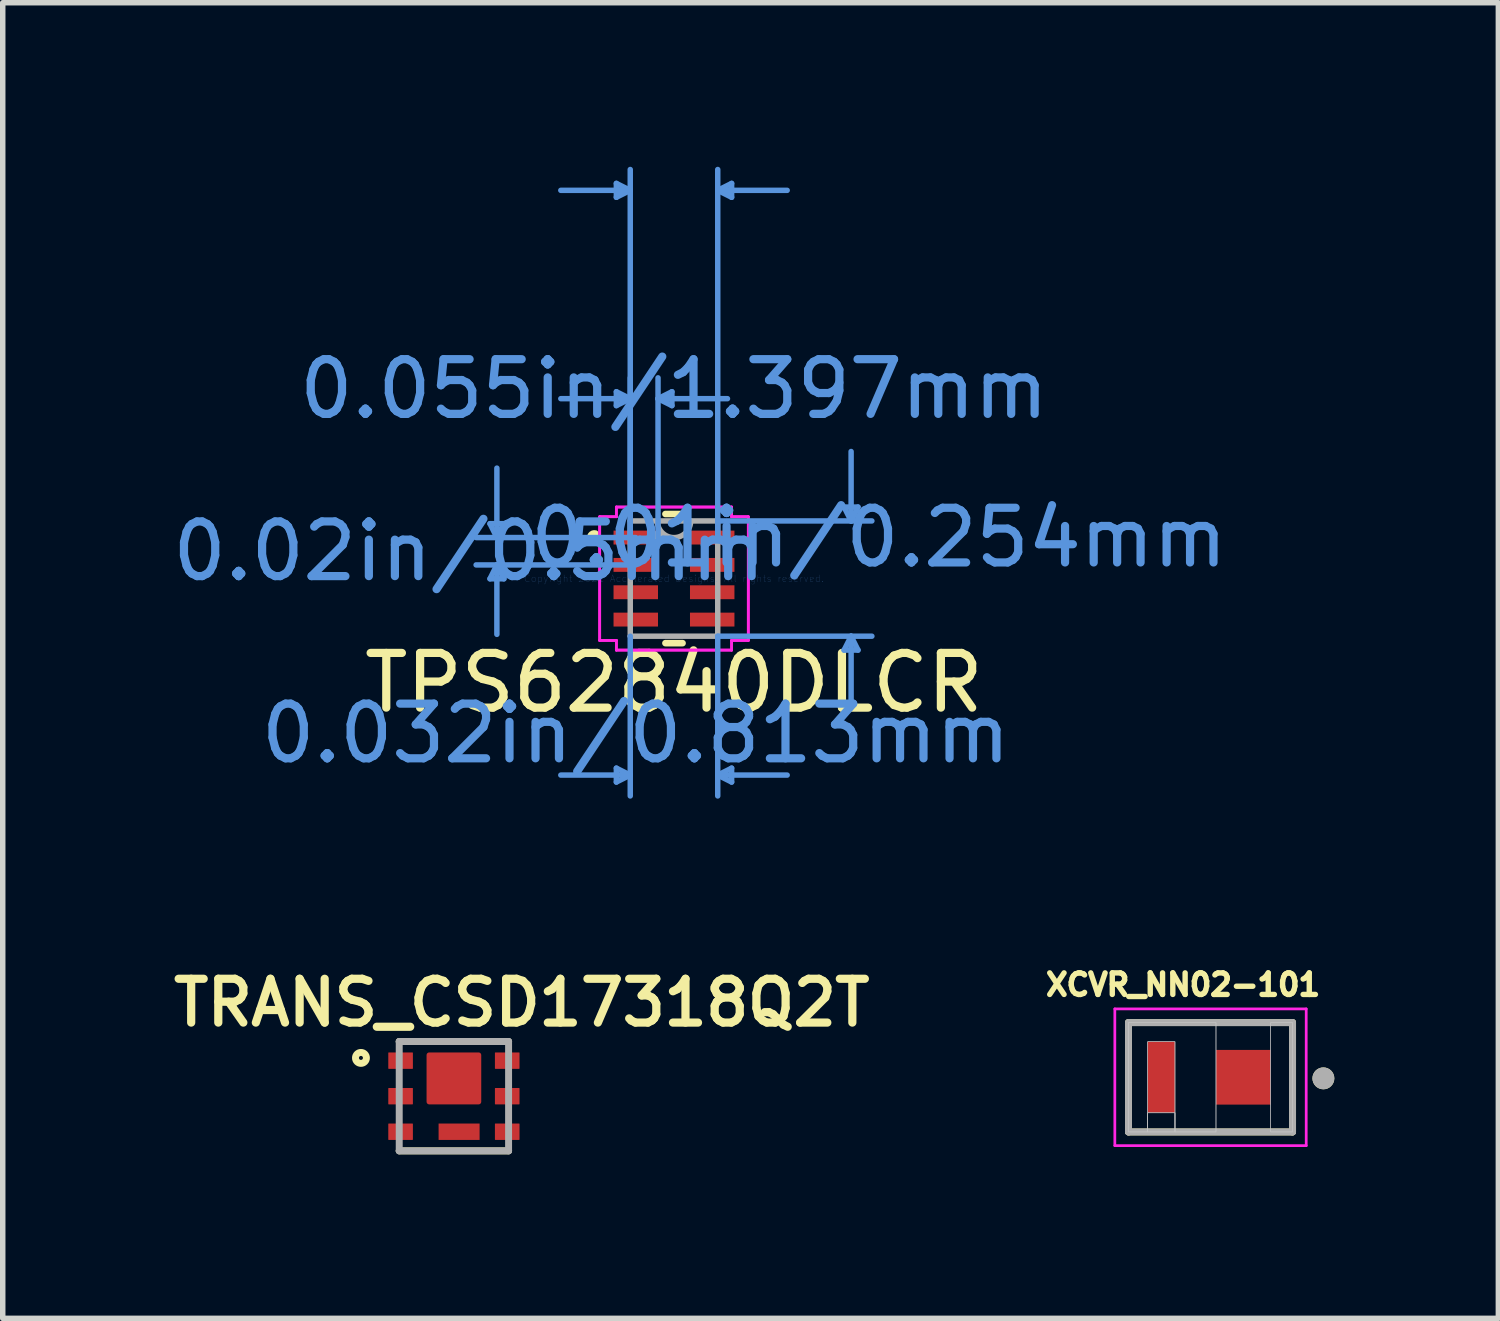
<source format=kicad_pcb>
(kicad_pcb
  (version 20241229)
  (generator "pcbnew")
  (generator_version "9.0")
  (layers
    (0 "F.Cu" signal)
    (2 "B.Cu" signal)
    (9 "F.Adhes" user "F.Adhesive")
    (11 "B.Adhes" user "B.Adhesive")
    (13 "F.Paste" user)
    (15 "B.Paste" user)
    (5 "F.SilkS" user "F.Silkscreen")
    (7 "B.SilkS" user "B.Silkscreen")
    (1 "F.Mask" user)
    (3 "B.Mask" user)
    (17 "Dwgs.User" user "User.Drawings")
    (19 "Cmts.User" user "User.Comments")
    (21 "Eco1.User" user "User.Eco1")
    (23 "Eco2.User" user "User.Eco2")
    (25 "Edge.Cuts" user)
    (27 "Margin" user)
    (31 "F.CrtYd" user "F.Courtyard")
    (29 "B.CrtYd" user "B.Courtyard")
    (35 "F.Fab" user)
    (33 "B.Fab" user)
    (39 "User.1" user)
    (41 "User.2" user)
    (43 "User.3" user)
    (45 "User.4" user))
  (footprint "TRANS_CSD17318Q2T"
    (layer "F.Cu")
    (at 5.251 16.997)
    (property "Reference" "TRANS_CSD17318Q2T" (at 1.241 -1.709 0) (layer "F.SilkS") (effects (font (size 0.801 0.801) (thickness 0.15))))
    (attr through_hole)
    (fp_line (start -1 -1) (end 1 -1) (stroke (width 0.127) (type solid)) (layer "F.SilkS"))
    (fp_line (start -1 1) (end 1 1) (stroke (width 0.127) (type solid)) (layer "F.SilkS"))
    (fp_circle (center -1.7 -0.7) (end -1.6 -0.7) (stroke (width 0.127) (type solid)) (fill no) (layer "F.SilkS"))
    (fp_poly (pts (xy -0.451 -0.755) (xy 0.45 -0.755) (xy 0.45 0.105) (xy -0.451 0.105)) (stroke (width 0.01) (type solid)) (fill yes) (layer "F.Paste"))
    (fp_poly (pts (xy -0.255 0.5) (xy 0.445 0.5) (xy 0.445 0.801) (xy -0.255 0.801)) (stroke (width 0.01) (type solid)) (fill yes) (layer "F.Paste"))
    (fp_line (start -1 -1) (end 1 -1) (stroke (width 0.127) (type solid)) (layer "F.Fab"))
    (fp_line (start -1 1) (end -1 -1) (stroke (width 0.127) (type solid)) (layer "F.Fab"))
    (fp_line (start 1 -1) (end 1 1) (stroke (width 0.127) (type solid)) (layer "F.Fab"))
    (fp_line (start 1 1) (end -1 1) (stroke (width 0.127) (type solid)) (layer "F.Fab"))
    (pad "1" smd roundrect (at -0.975 -0.65) (size 0.45 0.3) (layers "F.Cu" "F.Mask" "F.Paste") (roundrect_rratio 0.03))
    (pad "2" smd roundrect (at -0.975 0) (size 0.45 0.3) (layers "F.Cu" "F.Mask" "F.Paste") (roundrect_rratio 0.03))
    (pad "3" smd roundrect (at -0.975 0.65) (size 0.45 0.3) (layers "F.Cu" "F.Mask" "F.Paste") (roundrect_rratio 0.03))
    (pad "4" smd roundrect (at 0.975 0.65 180) (size 0.45 0.3) (layers "F.Cu" "F.Mask" "F.Paste") (roundrect_rratio 0.03))
    (pad "5" smd roundrect (at 0.975 0 180) (size 0.45 0.3) (layers "F.Cu" "F.Mask" "F.Paste") (roundrect_rratio 0.03))
    (pad "6" smd roundrect (at 0.975 -0.65 180) (size 0.45 0.3) (layers "F.Cu" "F.Mask" "F.Paste") (roundrect_rratio 0.03))
    (pad "7" smd roundrect (at 0.095 0.65) (size 0.75 0.3) (layers "F.Cu" "F.Mask") (roundrect_rratio 0.01))
    (pad "8" smd roundrect (at 0 -0.325) (size 1 0.95) (layers "F.Cu" "F.Mask") (roundrect_rratio 0.05)))
  (footprint "TPS62840DLCR"
    (layer "F.Cu")
    (at 9.276 7.531)
    (property "Reference" "TPS62840DLCR" (at 0 1.905 0) (layer "F.SilkS") (effects (font (size 1 1) (thickness 0.15))))
    (attr through_hole)
    (fp_line (start -0.157 1.181) (end 0.157 1.181) (stroke (width 0.12) (type solid)) (layer "F.SilkS"))
    (fp_line (start 0.157 -1.181) (end -0.157 -1.181) (stroke (width 0.12) (type solid)) (layer "F.SilkS"))
    (fp_arc (start -1.43764 -0.676171) (mid -1.5327 -0.75) (end -1.43764 -0.823829) (stroke (width 0.12) (type solid)) (layer "F.SilkS"))
    (fp_line (start -3.365 -1.004) (end -3.111 -1.004) (stroke (width 0.1) (type solid)) (layer "Cmts.User"))
    (fp_line (start -3.365 0.004) (end -3.111 0.004) (stroke (width 0.1) (type solid)) (layer "Cmts.User"))
    (fp_line (start -3.239 -0.75) (end -3.365 -1.004) (stroke (width 0.1) (type solid)) (layer "Cmts.User"))
    (fp_line (start -3.239 -0.75) (end -3.239 -2.02) (stroke (width 0.1) (type solid)) (layer "Cmts.User"))
    (fp_line (start -3.239 -0.75) (end -3.111 -1.004) (stroke (width 0.1) (type solid)) (layer "Cmts.User"))
    (fp_line (start -3.239 -0.25) (end -3.365 0.004) (stroke (width 0.1) (type solid)) (layer "Cmts.User"))
    (fp_line (start -3.239 -0.25) (end -3.239 1.02) (stroke (width 0.1) (type solid)) (layer "Cmts.User"))
    (fp_line (start -3.239 -0.25) (end -3.111 0.004) (stroke (width 0.1) (type solid)) (layer "Cmts.User"))
    (fp_line (start -1.054 -7.227) (end -1.054 -6.973) (stroke (width 0.1) (type solid)) (layer "Cmts.User"))
    (fp_line (start -1.054 -3.417) (end -1.054 -3.163) (stroke (width 0.1) (type solid)) (layer "Cmts.User"))
    (fp_line (start -1.054 3.467) (end -1.054 3.721) (stroke (width 0.1) (type solid)) (layer "Cmts.User"))
    (fp_line (start -0.8 -7.1) (end -2.07 -7.1) (stroke (width 0.1) (type solid)) (layer "Cmts.User"))
    (fp_line (start -0.8 -7.1) (end -1.054 -7.227) (stroke (width 0.1) (type solid)) (layer "Cmts.User"))
    (fp_line (start -0.8 -7.1) (end -1.054 -6.973) (stroke (width 0.1) (type solid)) (layer "Cmts.User"))
    (fp_line (start -0.8 -3.29) (end -2.07 -3.29) (stroke (width 0.1) (type solid)) (layer "Cmts.User"))
    (fp_line (start -0.8 -3.29) (end -1.054 -3.417) (stroke (width 0.1) (type solid)) (layer "Cmts.User"))
    (fp_line (start -0.8 -3.29) (end -1.054 -3.163) (stroke (width 0.1) (type solid)) (layer "Cmts.User"))
    (fp_line (start -0.8 -0.75) (end -0.8 -7.481) (stroke (width 0.1) (type solid)) (layer "Cmts.User"))
    (fp_line (start -0.8 -0.75) (end -0.8 -3.671) (stroke (width 0.1) (type solid)) (layer "Cmts.User"))
    (fp_line (start -0.8 1.054) (end -0.8 3.975) (stroke (width 0.1) (type solid)) (layer "Cmts.User"))
    (fp_line (start -0.8 3.594) (end -2.07 3.594) (stroke (width 0.1) (type solid)) (layer "Cmts.User"))
    (fp_line (start -0.8 3.594) (end -1.054 3.467) (stroke (width 0.1) (type solid)) (layer "Cmts.User"))
    (fp_line (start -0.8 3.594) (end -1.054 3.721) (stroke (width 0.1) (type solid)) (layer "Cmts.User"))
    (fp_line (start -0.699 -0.75) (end -3.619 -0.75) (stroke (width 0.1) (type solid)) (layer "Cmts.User"))
    (fp_line (start -0.699 -0.25) (end -3.619 -0.25) (stroke (width 0.1) (type solid)) (layer "Cmts.User"))
    (fp_line (start -0.292 -3.29) (end -0.038 -3.417) (stroke (width 0.1) (type solid)) (layer "Cmts.User"))
    (fp_line (start -0.292 -3.29) (end -0.038 -3.163) (stroke (width 0.1) (type solid)) (layer "Cmts.User"))
    (fp_line (start -0.292 -3.29) (end 0.978 -3.29) (stroke (width 0.1) (type solid)) (layer "Cmts.User"))
    (fp_line (start -0.292 -0.75) (end -0.292 -3.671) (stroke (width 0.1) (type solid)) (layer "Cmts.User"))
    (fp_line (start -0.038 -3.417) (end -0.038 -3.163) (stroke (width 0.1) (type solid)) (layer "Cmts.User"))
    (fp_line (start 0.8 -7.1) (end 1.054 -7.227) (stroke (width 0.1) (type solid)) (layer "Cmts.User"))
    (fp_line (start 0.8 -7.1) (end 1.054 -6.973) (stroke (width 0.1) (type solid)) (layer "Cmts.User"))
    (fp_line (start 0.8 -7.1) (end 2.07 -7.1) (stroke (width 0.1) (type solid)) (layer "Cmts.User"))
    (fp_line (start 0.8 -1.054) (end 3.619 -1.054) (stroke (width 0.1) (type solid)) (layer "Cmts.User"))
    (fp_line (start 0.8 -0.75) (end 0.8 -7.481) (stroke (width 0.1) (type solid)) (layer "Cmts.User"))
    (fp_line (start 0.8 1.054) (end 0.8 3.975) (stroke (width 0.1) (type solid)) (layer "Cmts.User"))
    (fp_line (start 0.8 1.054) (end 3.619 1.054) (stroke (width 0.1) (type solid)) (layer "Cmts.User"))
    (fp_line (start 0.8 3.594) (end 1.054 3.467) (stroke (width 0.1) (type solid)) (layer "Cmts.User"))
    (fp_line (start 0.8 3.594) (end 1.054 3.721) (stroke (width 0.1) (type solid)) (layer "Cmts.User"))
    (fp_line (start 0.8 3.594) (end 2.07 3.594) (stroke (width 0.1) (type solid)) (layer "Cmts.User"))
    (fp_line (start 1.054 -7.227) (end 1.054 -6.973) (stroke (width 0.1) (type solid)) (layer "Cmts.User"))
    (fp_line (start 1.054 3.467) (end 1.054 3.721) (stroke (width 0.1) (type solid)) (layer "Cmts.User"))
    (fp_line (start 3.111 -1.308) (end 3.365 -1.308) (stroke (width 0.1) (type solid)) (layer "Cmts.User"))
    (fp_line (start 3.111 1.308) (end 3.365 1.308) (stroke (width 0.1) (type solid)) (layer "Cmts.User"))
    (fp_line (start 3.239 -1.054) (end 3.111 -1.308) (stroke (width 0.1) (type solid)) (layer "Cmts.User"))
    (fp_line (start 3.239 -1.054) (end 3.239 -2.324) (stroke (width 0.1) (type solid)) (layer "Cmts.User"))
    (fp_line (start 3.239 -1.054) (end 3.365 -1.308) (stroke (width 0.1) (type solid)) (layer "Cmts.User"))
    (fp_line (start 3.239 1.054) (end 3.111 1.308) (stroke (width 0.1) (type solid)) (layer "Cmts.User"))
    (fp_line (start 3.239 1.054) (end 3.239 2.324) (stroke (width 0.1) (type solid)) (layer "Cmts.User"))
    (fp_line (start 3.239 1.054) (end 3.365 1.308) (stroke (width 0.1) (type solid)) (layer "Cmts.User"))
    (fp_line (start -1.359 -1.131) (end -1.054 -1.131) (stroke (width 0.05) (type solid)) (layer "F.CrtYd"))
    (fp_line (start -1.359 -1.131) (end -1.054 -1.131) (stroke (width 0.05) (type solid)) (layer "F.CrtYd"))
    (fp_line (start -1.359 1.131) (end -1.359 -1.131) (stroke (width 0.05) (type solid)) (layer "F.CrtYd"))
    (fp_line (start -1.359 1.131) (end -1.359 -1.131) (stroke (width 0.05) (type solid)) (layer "F.CrtYd"))
    (fp_line (start -1.359 1.131) (end -1.054 1.131) (stroke (width 0.05) (type solid)) (layer "F.CrtYd"))
    (fp_line (start -1.054 -1.308) (end 1.054 -1.308) (stroke (width 0.05) (type solid)) (layer "F.CrtYd"))
    (fp_line (start -1.054 -1.308) (end 1.054 -1.308) (stroke (width 0.05) (type solid)) (layer "F.CrtYd"))
    (fp_line (start -1.054 -1.131) (end -1.054 -1.308) (stroke (width 0.05) (type solid)) (layer "F.CrtYd"))
    (fp_line (start -1.054 -1.131) (end -1.054 -1.308) (stroke (width 0.05) (type solid)) (layer "F.CrtYd"))
    (fp_line (start -1.054 1.131) (end -1.359 1.131) (stroke (width 0.05) (type solid)) (layer "F.CrtYd"))
    (fp_line (start -1.054 1.308) (end -1.054 1.131) (stroke (width 0.05) (type solid)) (layer "F.CrtYd"))
    (fp_line (start -1.054 1.308) (end -1.054 1.131) (stroke (width 0.05) (type solid)) (layer "F.CrtYd"))
    (fp_line (start 1.054 -1.308) (end 1.054 -1.131) (stroke (width 0.05) (type solid)) (layer "F.CrtYd"))
    (fp_line (start 1.054 -1.308) (end 1.054 -1.131) (stroke (width 0.05) (type solid)) (layer "F.CrtYd"))
    (fp_line (start 1.054 -1.131) (end 1.359 -1.131) (stroke (width 0.05) (type solid)) (layer "F.CrtYd"))
    (fp_line (start 1.054 1.131) (end 1.054 1.308) (stroke (width 0.05) (type solid)) (layer "F.CrtYd"))
    (fp_line (start 1.054 1.131) (end 1.054 1.308) (stroke (width 0.05) (type solid)) (layer "F.CrtYd"))
    (fp_line (start 1.054 1.308) (end -1.054 1.308) (stroke (width 0.05) (type solid)) (layer "F.CrtYd"))
    (fp_line (start 1.054 1.308) (end -1.054 1.308) (stroke (width 0.05) (type solid)) (layer "F.CrtYd"))
    (fp_line (start 1.359 -1.131) (end 1.054 -1.131) (stroke (width 0.05) (type solid)) (layer "F.CrtYd"))
    (fp_line (start 1.359 -1.131) (end 1.359 1.131) (stroke (width 0.05) (type solid)) (layer "F.CrtYd"))
    (fp_line (start 1.359 -1.131) (end 1.359 1.131) (stroke (width 0.05) (type solid)) (layer "F.CrtYd"))
    (fp_line (start 1.359 1.131) (end 1.054 1.131) (stroke (width 0.05) (type solid)) (layer "F.CrtYd"))
    (fp_line (start 1.359 1.131) (end 1.054 1.131) (stroke (width 0.05) (type solid)) (layer "F.CrtYd"))
    (fp_line (start -0.8 -1.054) (end -0.8 1.054) (stroke (width 0.1) (type solid)) (layer "F.Fab"))
    (fp_line (start -0.8 1.054) (end 0.8 1.054) (stroke (width 0.1) (type solid)) (layer "F.Fab"))
    (fp_line (start 0.8 -1.054) (end -0.8 -1.054) (stroke (width 0.1) (type solid)) (layer "F.Fab"))
    (fp_line (start 0.8 1.054) (end 0.8 -1.054) (stroke (width 0.1) (type solid)) (layer "F.Fab"))
    (fp_arc (start 0.3048 -1.0541) (mid 0 -0.7493) (end -0.3048 -1.0541) (stroke (width 0.1) (type solid)) (layer "F.Fab"))
    (fp_circle (center -0.292 -0.75) (end -0.216 -0.75) (stroke (width 0.1) (type solid)) (fill no) (layer "F.Fab"))
    (fp_text user "Copyright 2021 Accelerated Designs. All rights reserved." (at 0 0 0) (layer "Cmts.User") (effects (font (size 0.127 0.127) (thickness 0.002))))
    (fp_text user "0.032in/0.813mm" (at -0.699 2.832 0) (layer "Cmts.User") (effects (font (size 1 1) (thickness 0.15))))
    (fp_text user "0.02in/0.5mm" (at -3.747 -0.5 0) (layer "Cmts.User") (effects (font (size 1 1) (thickness 0.15))))
    (fp_text user "0.01in/0.254mm" (at 3.747 -0.75 0) (layer "Cmts.User") (effects (font (size 1 1) (thickness 0.15))))
    (fp_text user "0.055in/1.397mm" (at 0 -3.467 0) (layer "Cmts.User") (effects (font (size 1 1) (thickness 0.15))))
    (pad "1" smd rect (at -0.699 -0.75) (size 0.813 0.254) (layers "F.Cu" "F.Mask" "F.Paste"))
    (pad "2" smd rect (at -0.699 -0.25) (size 0.813 0.254) (layers "F.Cu" "F.Mask" "F.Paste"))
    (pad "3" smd rect (at -0.699 0.25) (size 0.813 0.254) (layers "F.Cu" "F.Mask" "F.Paste"))
    (pad "4" smd rect (at -0.699 0.75) (size 0.813 0.254) (layers "F.Cu" "F.Mask" "F.Paste"))
    (pad "5" smd rect (at 0.699 0.75) (size 0.813 0.254) (layers "F.Cu" "F.Mask" "F.Paste"))
    (pad "6" smd rect (at 0.699 0.25) (size 0.813 0.254) (layers "F.Cu" "F.Mask" "F.Paste"))
    (pad "7" smd rect (at 0.699 -0.25) (size 0.813 0.254) (layers "F.Cu" "F.Mask" "F.Paste"))
    (pad "8" smd rect (at 0.699 -0.75) (size 0.813 0.254) (layers "F.Cu" "F.Mask" "F.Paste")))
  (footprint "XCVR_NN02-101"
    (layer "F.Cu")
    (at 19.088 16.651)
    (property "Reference" "XCVR_NN02-101" (at -0.502 -1.692 0) (layer "F.SilkS") (effects (font (size 0.394 0.394) (thickness 0.15))))
    (attr through_hole)
    (fp_line (start -1.5 1) (end -1.5 -1) (stroke (width 0.127) (type solid)) (layer "F.SilkS"))
    (fp_line (start 1.5 -1) (end -1.5 -1) (stroke (width 0.127) (type solid)) (layer "F.SilkS"))
    (fp_line (start 1.5 1) (end -1.5 1) (stroke (width 0.127) (type solid)) (layer "F.SilkS"))
    (fp_line (start 1.5 1) (end 1.5 -1) (stroke (width 0.127) (type solid)) (layer "F.SilkS"))
    (fp_circle (center 2.064 0.02) (end 2.164 0.02) (stroke (width 0.2) (type solid)) (fill no) (layer "F.SilkS"))
    (fp_poly (pts (xy -0.65 1) (xy -1.15 1) (xy -1.15 0.65) (xy -0.65 0.65)) (stroke (width 0.01) (type solid)) (fill no) (layer "Dwgs.User"))
    (fp_poly (pts (xy -0.65 1) (xy -1.15 1) (xy -1.15 0.65) (xy -0.65 0.65)) (stroke (width 0.01) (type solid)) (fill no) (layer "Dwgs.User"))
    (fp_poly (pts (xy 1.1 -1) (xy 1.1 1) (xy 1.5 1) (xy 1.5 -1)) (stroke (width 0.01) (type solid)) (fill no) (layer "Dwgs.User"))
    (fp_poly (pts (xy 1.1 -1) (xy 1.1 1) (xy 1.5 1) (xy 1.5 -1)) (stroke (width 0.01) (type solid)) (fill no) (layer "Dwgs.User"))
    (fp_poly (pts (xy -1.15 1) (xy -1.5 1) (xy -1.5 -1) (xy 0.1 -1) (xy 0.1 1) (xy -0.65 1) (xy -0.65 -0.65) (xy -1.15 -0.65)) (stroke (width 0.01) (type solid)) (fill no) (layer "Dwgs.User"))
    (fp_poly (pts (xy -1.15 1) (xy -1.5 1) (xy -1.5 -1) (xy 0.1 -1) (xy 0.1 1) (xy -0.65 1) (xy -0.65 -0.65) (xy -1.15 -0.65)) (stroke (width 0.01) (type solid)) (fill no) (layer "Dwgs.User"))
    (fp_line (start -1.75 -1.25) (end 1.75 -1.25) (stroke (width 0.05) (type solid)) (layer "F.CrtYd"))
    (fp_line (start -1.75 1.25) (end -1.75 -1.25) (stroke (width 0.05) (type solid)) (layer "F.CrtYd"))
    (fp_line (start -1.75 1.25) (end 1.75 1.25) (stroke (width 0.05) (type solid)) (layer "F.CrtYd"))
    (fp_line (start 1.75 1.25) (end 1.75 -1.25) (stroke (width 0.05) (type solid)) (layer "F.CrtYd"))
    (fp_line (start -1.5 1) (end -1.5 -1) (stroke (width 0.127) (type solid)) (layer "F.Fab"))
    (fp_line (start 1.5 -1) (end -1.5 -1) (stroke (width 0.127) (type solid)) (layer "F.Fab"))
    (fp_line (start 1.5 1) (end -1.5 1) (stroke (width 0.127) (type solid)) (layer "F.Fab"))
    (fp_line (start 1.5 1) (end 1.5 -1) (stroke (width 0.127) (type solid)) (layer "F.Fab"))
    (fp_circle (center 2.064 0.02) (end 2.164 0.02) (stroke (width 0.2) (type solid)) (fill no) (layer "F.Fab"))
    (pad "1" smd rect (at 0.6 0) (size 1 1) (layers "F.Cu" "F.Mask" "F.Paste"))
    (pad "2" smd rect (at -0.9 0) (size 0.5 1.3) (layers "F.Cu" "F.Mask" "F.Paste")))
  (gr_rect
    (start -3 -3)
    (end 24.352 21.06)
    (stroke (width 0.1) (type default))
    (fill no)
    (layer "Edge.Cuts")))
</source>
